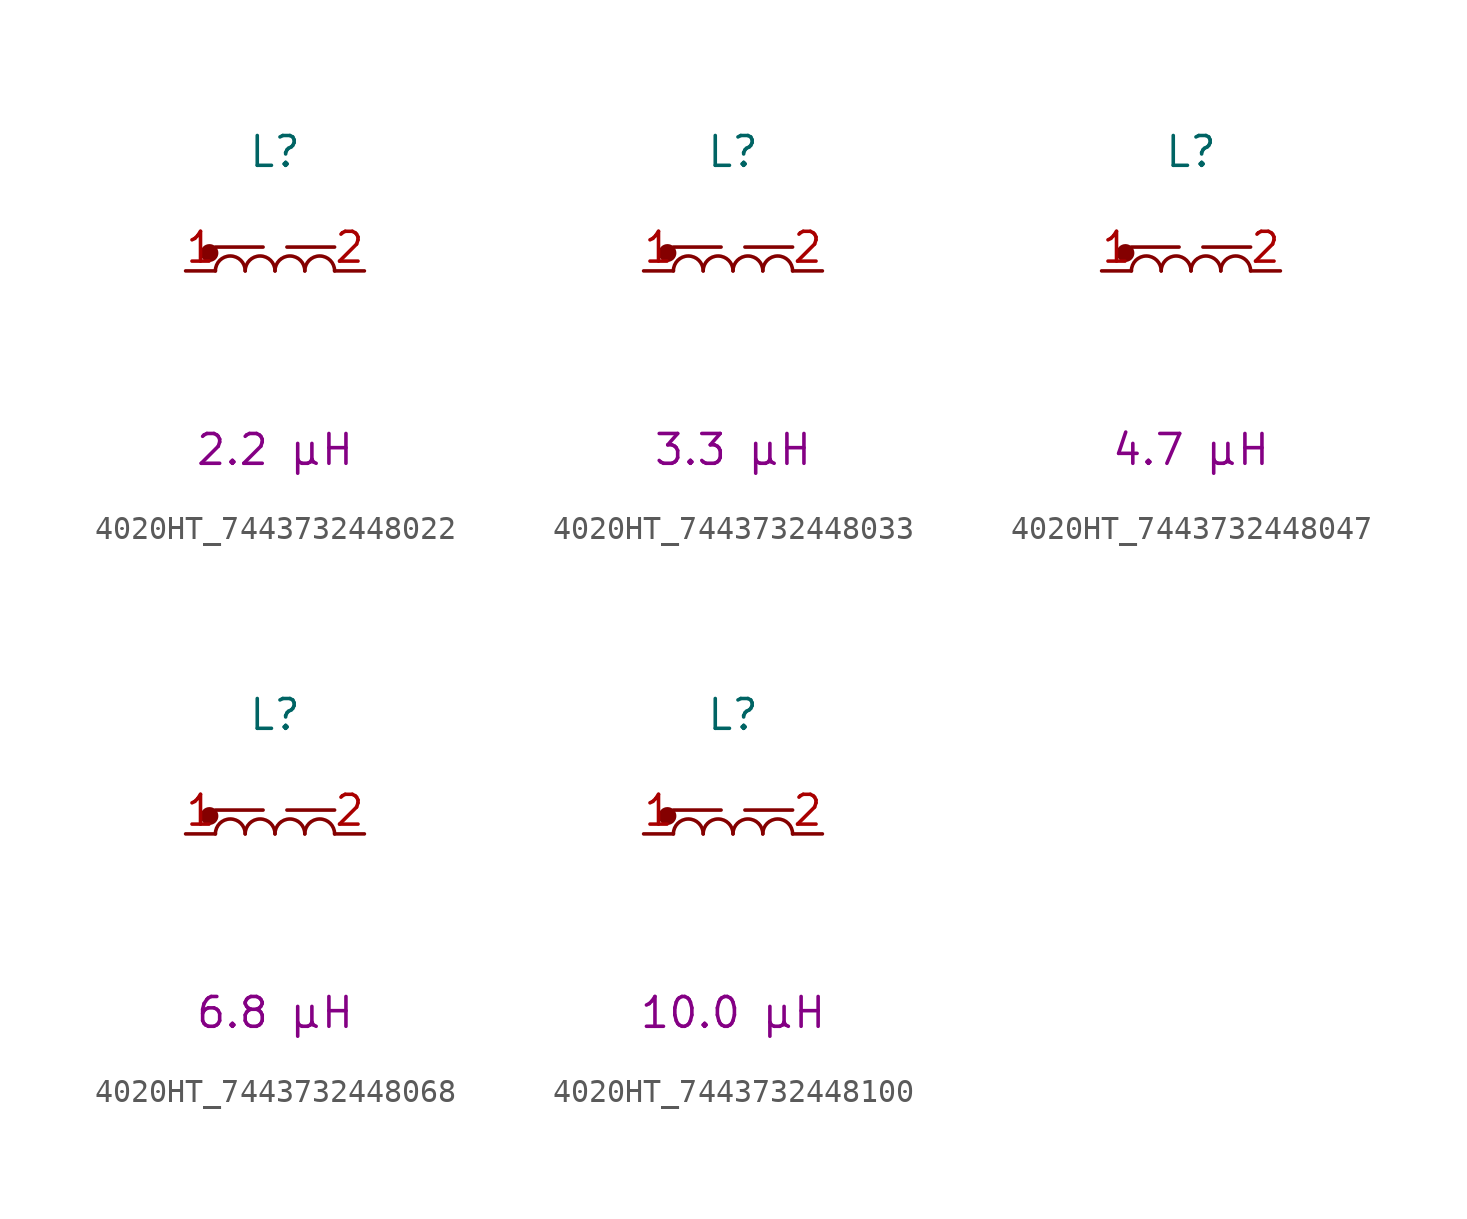
<source format=kicad_sym>
(kicad_symbol_lib
  (version 20220914)
  (generator kicad_symbol_editor)
  (symbol "4020HT_7443732448022"
    (pin_names hide)
    (property "Reference" "L"
      (at 0 5.08 0)
      (effects (font (size 1.27 1.27))))
    (property "Critical Parameter" "2.2 µH"
      (at 0 -7.62 0)
      (effects (font (size 1.27 1.27))))
    (symbol "4020HT_7443732448022_0_1"
      (arc (start -1.27 0) (mid -1.905 0.6323) (end -2.54 0) (stroke (width 0) (type default)) (fill (type none)))
      (arc (start 0 0) (mid -0.635 0.6323) (end -1.27 0) (stroke (width 0) (type default)) (fill (type none)))
      (polyline (pts (xy -2.54 1.016) (xy -0.508 1.016)) (stroke (width 0) (type default)) (fill (type none)))
      (arc (start 1.27 0) (mid 0.635 0.6323) (end 0 0) (stroke (width 0) (type default)) (fill (type none)))
      (arc (start 2.54 0) (mid 1.905 0.6323) (end 1.27 0) (stroke (width 0) (type default)) (fill (type none))))
    (symbol "4020HT_7443732448022_1_1"
      (circle (center -2.794 0.762) (radius 0.0001) (stroke (width 0.381) (type default)) (fill (type none)))
      (polyline (pts (xy 2.54 1.016) (xy 0.508 1.016)) (stroke (width 0) (type default)) (fill (type none)))
      (pin passive line (at -3.81 0 0) (length 1.27) (name "1" (effects (font (size 1.27 1.27)))) (number "1" (effects (font (size 1.27 1.27)))))
      (pin passive line (at 3.81 0 180) (length 1.27) (name "2" (effects (font (size 1.27 1.27)))) (number "2" (effects (font (size 1.27 1.27)))))))
  (symbol "4020HT_7443732448033"
    (pin_names hide)
    (property "Reference" "L"
      (at 0 5.08 0)
      (effects (font (size 1.27 1.27))))
    (property "Critical Parameter" "3.3 µH"
      (at 0 -7.62 0)
      (effects (font (size 1.27 1.27))))
    (symbol "4020HT_7443732448033_0_1"
      (arc (start -1.27 0) (mid -1.905 0.6323) (end -2.54 0) (stroke (width 0) (type default)) (fill (type none)))
      (arc (start 0 0) (mid -0.635 0.6323) (end -1.27 0) (stroke (width 0) (type default)) (fill (type none)))
      (polyline (pts (xy -2.54 1.016) (xy -0.508 1.016)) (stroke (width 0) (type default)) (fill (type none)))
      (arc (start 1.27 0) (mid 0.635 0.6323) (end 0 0) (stroke (width 0) (type default)) (fill (type none)))
      (arc (start 2.54 0) (mid 1.905 0.6323) (end 1.27 0) (stroke (width 0) (type default)) (fill (type none))))
    (symbol "4020HT_7443732448033_1_1"
      (circle (center -2.794 0.762) (radius 0.0001) (stroke (width 0.381) (type default)) (fill (type none)))
      (polyline (pts (xy 2.54 1.016) (xy 0.508 1.016)) (stroke (width 0) (type default)) (fill (type none)))
      (pin passive line (at -3.81 0 0) (length 1.27) (name "1" (effects (font (size 1.27 1.27)))) (number "1" (effects (font (size 1.27 1.27)))))
      (pin passive line (at 3.81 0 180) (length 1.27) (name "2" (effects (font (size 1.27 1.27)))) (number "2" (effects (font (size 1.27 1.27)))))))
  (symbol "4020HT_7443732448047"
    (pin_names hide)
    (property "Reference" "L"
      (at 0 5.08 0)
      (effects (font (size 1.27 1.27))))
    (property "Critical Parameter" "4.7 µH"
      (at 0 -7.62 0)
      (effects (font (size 1.27 1.27))))
    (symbol "4020HT_7443732448047_0_1"
      (arc (start -1.27 0) (mid -1.905 0.6323) (end -2.54 0) (stroke (width 0) (type default)) (fill (type none)))
      (arc (start 0 0) (mid -0.635 0.6323) (end -1.27 0) (stroke (width 0) (type default)) (fill (type none)))
      (polyline (pts (xy -2.54 1.016) (xy -0.508 1.016)) (stroke (width 0) (type default)) (fill (type none)))
      (arc (start 1.27 0) (mid 0.635 0.6323) (end 0 0) (stroke (width 0) (type default)) (fill (type none)))
      (arc (start 2.54 0) (mid 1.905 0.6323) (end 1.27 0) (stroke (width 0) (type default)) (fill (type none))))
    (symbol "4020HT_7443732448047_1_1"
      (circle (center -2.794 0.762) (radius 0.0001) (stroke (width 0.381) (type default)) (fill (type none)))
      (polyline (pts (xy 2.54 1.016) (xy 0.508 1.016)) (stroke (width 0) (type default)) (fill (type none)))
      (pin passive line (at -3.81 0 0) (length 1.27) (name "1" (effects (font (size 1.27 1.27)))) (number "1" (effects (font (size 1.27 1.27)))))
      (pin passive line (at 3.81 0 180) (length 1.27) (name "2" (effects (font (size 1.27 1.27)))) (number "2" (effects (font (size 1.27 1.27)))))))
  (symbol "4020HT_7443732448068"
    (pin_names hide)
    (property "Reference" "L"
      (at 0 5.08 0)
      (effects (font (size 1.27 1.27))))
    (property "Critical Parameter" "6.8 µH"
      (at 0 -7.62 0)
      (effects (font (size 1.27 1.27))))
    (symbol "4020HT_7443732448068_0_1"
      (arc (start -1.27 0) (mid -1.905 0.6323) (end -2.54 0) (stroke (width 0) (type default)) (fill (type none)))
      (arc (start 0 0) (mid -0.635 0.6323) (end -1.27 0) (stroke (width 0) (type default)) (fill (type none)))
      (polyline (pts (xy -2.54 1.016) (xy -0.508 1.016)) (stroke (width 0) (type default)) (fill (type none)))
      (arc (start 1.27 0) (mid 0.635 0.6323) (end 0 0) (stroke (width 0) (type default)) (fill (type none)))
      (arc (start 2.54 0) (mid 1.905 0.6323) (end 1.27 0) (stroke (width 0) (type default)) (fill (type none))))
    (symbol "4020HT_7443732448068_1_1"
      (circle (center -2.794 0.762) (radius 0.0001) (stroke (width 0.381) (type default)) (fill (type none)))
      (polyline (pts (xy 2.54 1.016) (xy 0.508 1.016)) (stroke (width 0) (type default)) (fill (type none)))
      (pin passive line (at -3.81 0 0) (length 1.27) (name "1" (effects (font (size 1.27 1.27)))) (number "1" (effects (font (size 1.27 1.27)))))
      (pin passive line (at 3.81 0 180) (length 1.27) (name "2" (effects (font (size 1.27 1.27)))) (number "2" (effects (font (size 1.27 1.27)))))))
  (symbol "4020HT_7443732448100"
    (pin_names hide)
    (property "Reference" "L"
      (at 0 5.08 0)
      (effects (font (size 1.27 1.27))))
    (property "Critical Parameter" "10.0 µH"
      (at 0 -7.62 0)
      (effects (font (size 1.27 1.27))))
    (symbol "4020HT_7443732448100_0_1"
      (arc (start -1.27 0) (mid -1.905 0.6323) (end -2.54 0) (stroke (width 0) (type default)) (fill (type none)))
      (arc (start 0 0) (mid -0.635 0.6323) (end -1.27 0) (stroke (width 0) (type default)) (fill (type none)))
      (polyline (pts (xy -2.54 1.016) (xy -0.508 1.016)) (stroke (width 0) (type default)) (fill (type none)))
      (arc (start 1.27 0) (mid 0.635 0.6323) (end 0 0) (stroke (width 0) (type default)) (fill (type none)))
      (arc (start 2.54 0) (mid 1.905 0.6323) (end 1.27 0) (stroke (width 0) (type default)) (fill (type none))))
    (symbol "4020HT_7443732448100_1_1"
      (circle (center -2.794 0.762) (radius 0.0001) (stroke (width 0.381) (type default)) (fill (type none)))
      (polyline (pts (xy 2.54 1.016) (xy 0.508 1.016)) (stroke (width 0) (type default)) (fill (type none)))
      (pin passive line (at -3.81 0 0) (length 1.27) (name "1" (effects (font (size 1.27 1.27)))) (number "1" (effects (font (size 1.27 1.27)))))
      (pin passive line (at 3.81 0 180) (length 1.27) (name "2" (effects (font (size 1.27 1.27)))) (number "2" (effects (font (size 1.27 1.27))))))))
</source>
